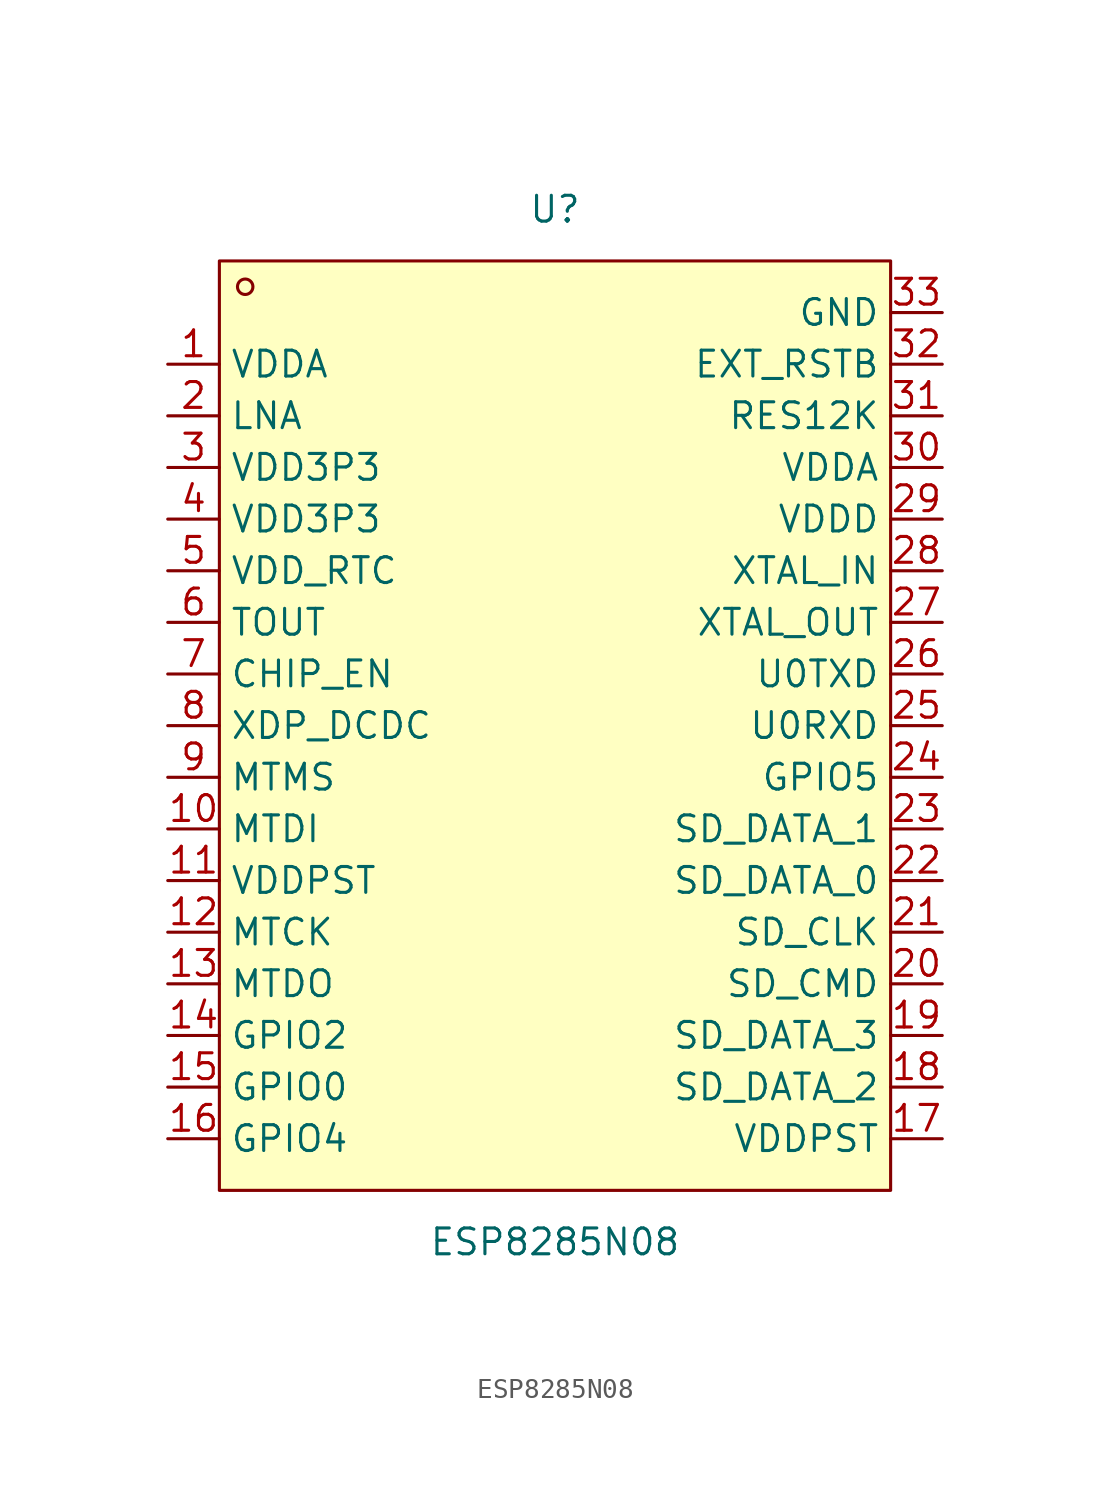
<source format=kicad_sym>
(kicad_symbol_lib
  (version 20211014)
  (generator https://github.com/uPesy/easyeda2kicad.py)
  (symbol "ESP8285N08"
    (property "Reference" "U"
      (at 0 25.40 0)
      (effects (font (size 1.27 1.27))))
    (property "Value" "ESP8285N08"
      (at 0 -25.40 0)
      (effects (font (size 1.27 1.27))))
    (symbol "ESP8285N08_0_1"
      (rectangle (start -16.51 22.86) (end 16.51 -22.86) (stroke (width 0) (type default) (color 0 0 0 0)) (fill (type background)))
      (circle (center -15.24 21.59) (radius 0.38) (stroke (width 0) (type default) (color 0 0 0 0)) (fill (type none)))
      (pin unspecified line (at -19.05 17.78 0) (length 2.54) (name "VDDA" (effects (font (size 1.27 1.27)))) (number "1" (effects (font (size 1.27 1.27)))))
      (pin unspecified line (at -19.05 15.24 0) (length 2.54) (name "LNA" (effects (font (size 1.27 1.27)))) (number "2" (effects (font (size 1.27 1.27)))))
      (pin unspecified line (at -19.05 12.70 0) (length 2.54) (name "VDD3P3" (effects (font (size 1.27 1.27)))) (number "3" (effects (font (size 1.27 1.27)))))
      (pin unspecified line (at -19.05 10.16 0) (length 2.54) (name "VDD3P3" (effects (font (size 1.27 1.27)))) (number "4" (effects (font (size 1.27 1.27)))))
      (pin unspecified line (at -19.05 7.62 0) (length 2.54) (name "VDD_RTC" (effects (font (size 1.27 1.27)))) (number "5" (effects (font (size 1.27 1.27)))))
      (pin unspecified line (at -19.05 5.08 0) (length 2.54) (name "TOUT" (effects (font (size 1.27 1.27)))) (number "6" (effects (font (size 1.27 1.27)))))
      (pin unspecified line (at -19.05 2.54 0) (length 2.54) (name "CHIP_EN" (effects (font (size 1.27 1.27)))) (number "7" (effects (font (size 1.27 1.27)))))
      (pin unspecified line (at -19.05 -0.00 0) (length 2.54) (name "XDP_DCDC" (effects (font (size 1.27 1.27)))) (number "8" (effects (font (size 1.27 1.27)))))
      (pin unspecified line (at -19.05 -2.54 0) (length 2.54) (name "MTMS" (effects (font (size 1.27 1.27)))) (number "9" (effects (font (size 1.27 1.27)))))
      (pin unspecified line (at -19.05 -5.08 0) (length 2.54) (name "MTDI" (effects (font (size 1.27 1.27)))) (number "10" (effects (font (size 1.27 1.27)))))
      (pin unspecified line (at -19.05 -7.62 0) (length 2.54) (name "VDDPST" (effects (font (size 1.27 1.27)))) (number "11" (effects (font (size 1.27 1.27)))))
      (pin unspecified line (at -19.05 -10.16 0) (length 2.54) (name "MTCK" (effects (font (size 1.27 1.27)))) (number "12" (effects (font (size 1.27 1.27)))))
      (pin unspecified line (at -19.05 -12.70 0) (length 2.54) (name "MTDO" (effects (font (size 1.27 1.27)))) (number "13" (effects (font (size 1.27 1.27)))))
      (pin unspecified line (at -19.05 -15.24 0) (length 2.54) (name "GPIO2" (effects (font (size 1.27 1.27)))) (number "14" (effects (font (size 1.27 1.27)))))
      (pin unspecified line (at -19.05 -17.78 0) (length 2.54) (name "GPIO0" (effects (font (size 1.27 1.27)))) (number "15" (effects (font (size 1.27 1.27)))))
      (pin unspecified line (at -19.05 -20.32 0) (length 2.54) (name "GPIO4" (effects (font (size 1.27 1.27)))) (number "16" (effects (font (size 1.27 1.27)))))
      (pin unspecified line (at 19.05 -20.32 180) (length 2.54) (name "VDDPST" (effects (font (size 1.27 1.27)))) (number "17" (effects (font (size 1.27 1.27)))))
      (pin unspecified line (at 19.05 -17.78 180) (length 2.54) (name "SD_DATA_2" (effects (font (size 1.27 1.27)))) (number "18" (effects (font (size 1.27 1.27)))))
      (pin unspecified line (at 19.05 -15.24 180) (length 2.54) (name "SD_DATA_3" (effects (font (size 1.27 1.27)))) (number "19" (effects (font (size 1.27 1.27)))))
      (pin unspecified line (at 19.05 -12.70 180) (length 2.54) (name "SD_CMD" (effects (font (size 1.27 1.27)))) (number "20" (effects (font (size 1.27 1.27)))))
      (pin unspecified line (at 19.05 -10.16 180) (length 2.54) (name "SD_CLK" (effects (font (size 1.27 1.27)))) (number "21" (effects (font (size 1.27 1.27)))))
      (pin unspecified line (at 19.05 -7.62 180) (length 2.54) (name "SD_DATA_0" (effects (font (size 1.27 1.27)))) (number "22" (effects (font (size 1.27 1.27)))))
      (pin unspecified line (at 19.05 -5.08 180) (length 2.54) (name "SD_DATA_1" (effects (font (size 1.27 1.27)))) (number "23" (effects (font (size 1.27 1.27)))))
      (pin unspecified line (at 19.05 -2.54 180) (length 2.54) (name "GPIO5" (effects (font (size 1.27 1.27)))) (number "24" (effects (font (size 1.27 1.27)))))
      (pin unspecified line (at 19.05 -0.00 180) (length 2.54) (name "U0RXD" (effects (font (size 1.27 1.27)))) (number "25" (effects (font (size 1.27 1.27)))))
      (pin unspecified line (at 19.05 2.54 180) (length 2.54) (name "U0TXD" (effects (font (size 1.27 1.27)))) (number "26" (effects (font (size 1.27 1.27)))))
      (pin unspecified line (at 19.05 5.08 180) (length 2.54) (name "XTAL_OUT" (effects (font (size 1.27 1.27)))) (number "27" (effects (font (size 1.27 1.27)))))
      (pin unspecified line (at 19.05 7.62 180) (length 2.54) (name "XTAL_IN" (effects (font (size 1.27 1.27)))) (number "28" (effects (font (size 1.27 1.27)))))
      (pin unspecified line (at 19.05 10.16 180) (length 2.54) (name "VDDD" (effects (font (size 1.27 1.27)))) (number "29" (effects (font (size 1.27 1.27)))))
      (pin unspecified line (at 19.05 12.70 180) (length 2.54) (name "VDDA" (effects (font (size 1.27 1.27)))) (number "30" (effects (font (size 1.27 1.27)))))
      (pin unspecified line (at 19.05 15.24 180) (length 2.54) (name "RES12K" (effects (font (size 1.27 1.27)))) (number "31" (effects (font (size 1.27 1.27)))))
      (pin unspecified line (at 19.05 17.78 180) (length 2.54) (name "EXT_RSTB" (effects (font (size 1.27 1.27)))) (number "32" (effects (font (size 1.27 1.27)))))
      (pin unspecified line (at 19.05 20.32 180) (length 2.54) (name "GND" (effects (font (size 1.27 1.27)))) (number "33" (effects (font (size 1.27 1.27))))))))
</source>
